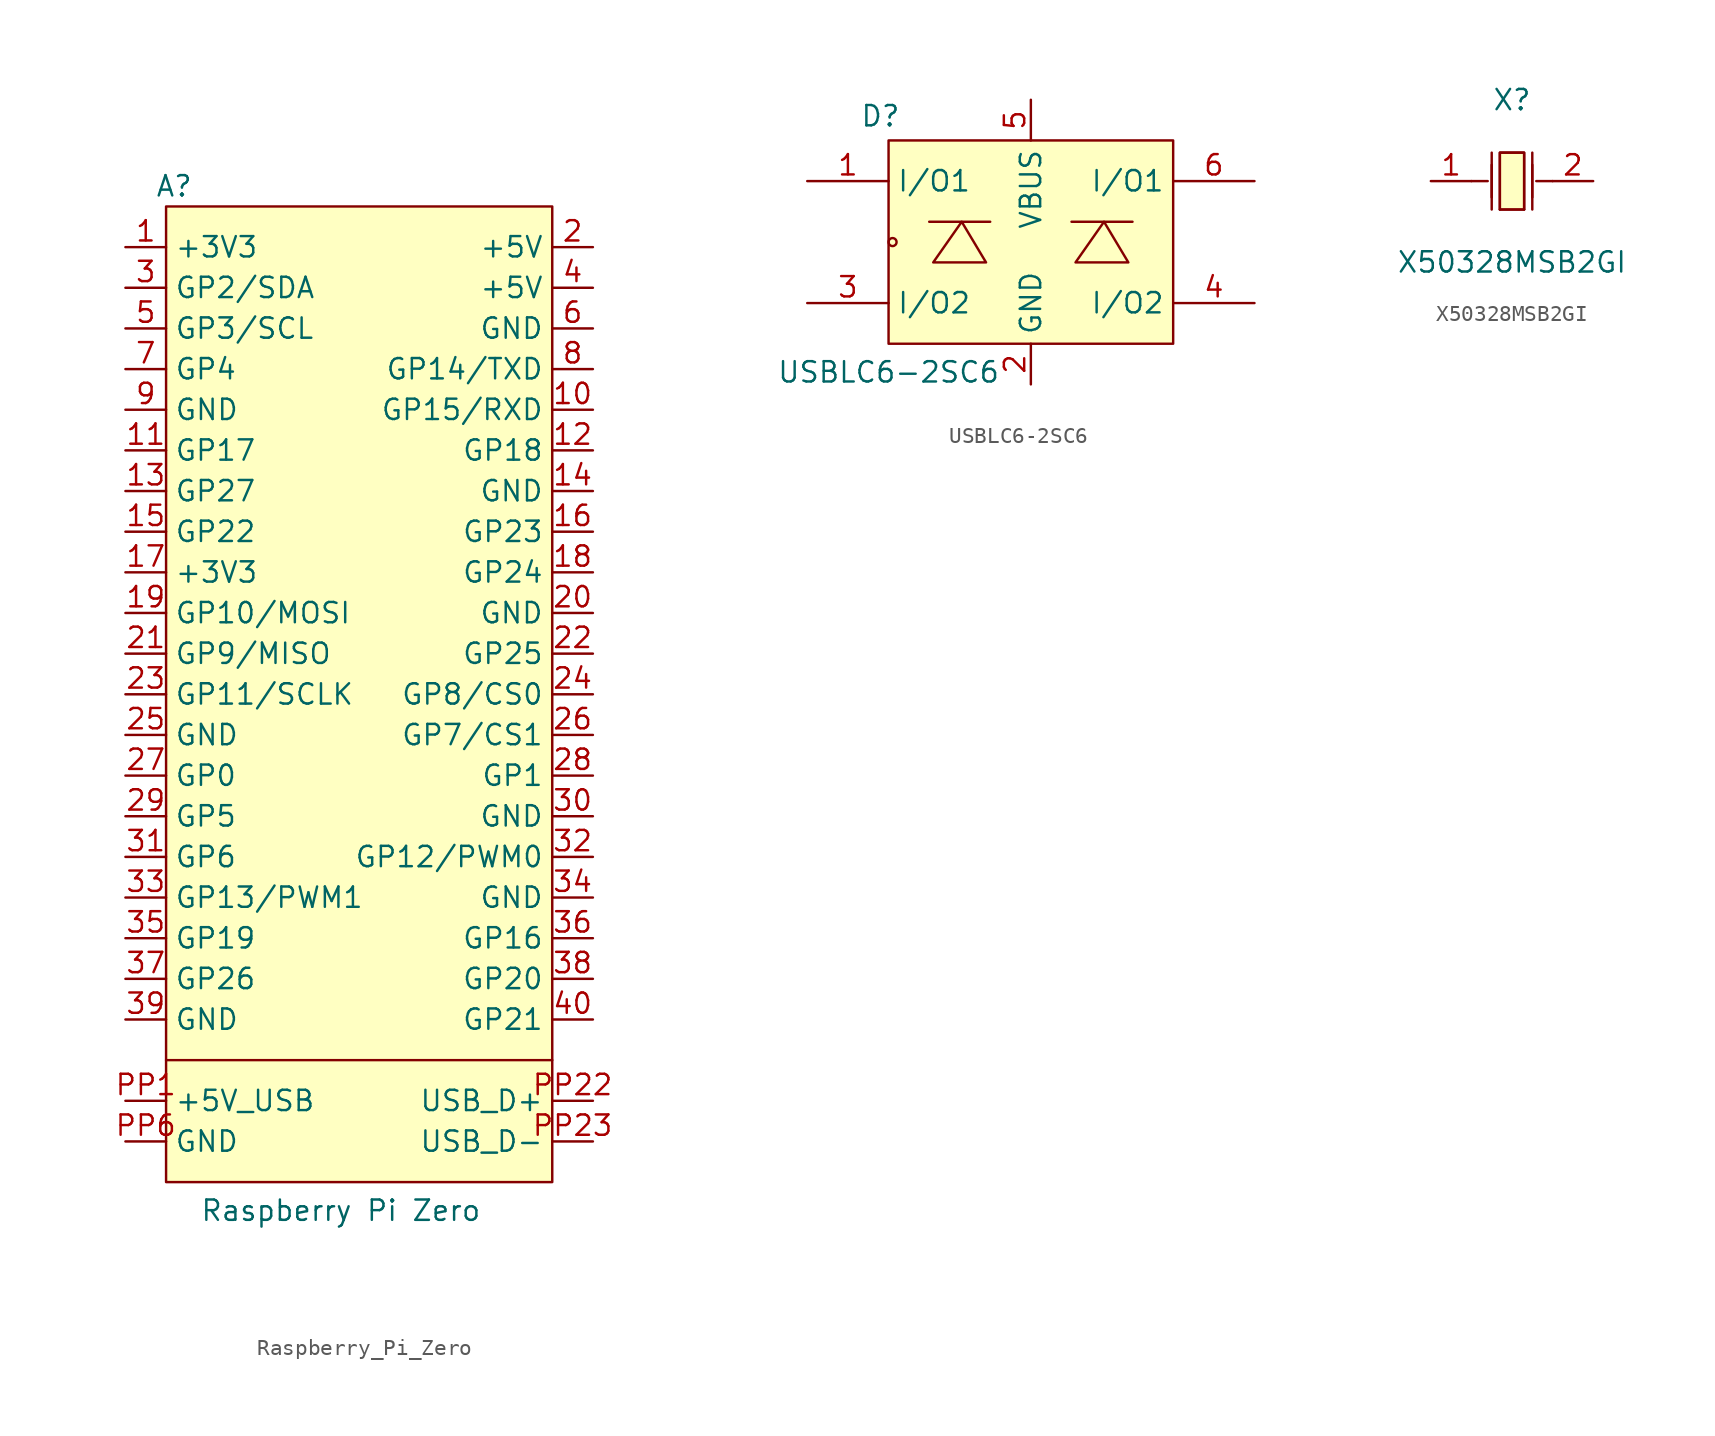
<source format=kicad_sym>
(kicad_symbol_lib
  (version 20241209)
  (generator "kicad_symbol_editor")
  (generator_version "9.0")
  (symbol "Raspberry_Pi_Zero"
    (property "Reference" "A"
      (at 3.048 3.81 0)
      (effects (font (size 1.27 1.27))))
    (property "Value" "Raspberry Pi Zero"
      (at 13.462 -60.198 0)
      (effects (font (size 1.27 1.27))))
    (symbol "Raspberry_Pi_Zero_1_1"
      (rectangle (start 2.54 2.54) (end 26.67 -58.42) (stroke (width 0) (type default)) (fill (type background)))
      (polyline (pts (xy 2.54 -50.8) (xy 26.67 -50.8)) (stroke (width 0) (type default)) (fill (type none)))
      (pin input line (at 0 0 0) (length 2.54) (name "+3V3" (effects (font (size 1.27 1.27)))) (number "1" (effects (font (size 1.27 1.27)))))
      (pin input line (at 0 -2.54 0) (length 2.54) (name "GP2/SDA" (effects (font (size 1.27 1.27)))) (number "3" (effects (font (size 1.27 1.27)))))
      (pin input line (at 0 -5.08 0) (length 2.54) (name "GP3/SCL" (effects (font (size 1.27 1.27)))) (number "5" (effects (font (size 1.27 1.27)))))
      (pin input line (at 0 -7.62 0) (length 2.54) (name "GP4" (effects (font (size 1.27 1.27)))) (number "7" (effects (font (size 1.27 1.27)))))
      (pin input line (at 0 -10.16 0) (length 2.54) (name "GND" (effects (font (size 1.27 1.27)))) (number "9" (effects (font (size 1.27 1.27)))))
      (pin input line (at 0 -12.7 0) (length 2.54) (name "GP17" (effects (font (size 1.27 1.27)))) (number "11" (effects (font (size 1.27 1.27)))))
      (pin input line (at 0 -15.24 0) (length 2.54) (name "GP27" (effects (font (size 1.27 1.27)))) (number "13" (effects (font (size 1.27 1.27)))))
      (pin input line (at 0 -17.78 0) (length 2.54) (name "GP22" (effects (font (size 1.27 1.27)))) (number "15" (effects (font (size 1.27 1.27)))))
      (pin input line (at 0 -20.32 0) (length 2.54) (name "+3V3" (effects (font (size 1.27 1.27)))) (number "17" (effects (font (size 1.27 1.27)))))
      (pin input line (at 0 -22.86 0) (length 2.54) (name "GP10/MOSI" (effects (font (size 1.27 1.27)))) (number "19" (effects (font (size 1.27 1.27)))))
      (pin input line (at 0 -25.4 0) (length 2.54) (name "GP9/MISO" (effects (font (size 1.27 1.27)))) (number "21" (effects (font (size 1.27 1.27)))))
      (pin input line (at 0 -27.94 0) (length 2.54) (name "GP11/SCLK" (effects (font (size 1.27 1.27)))) (number "23" (effects (font (size 1.27 1.27)))))
      (pin input line (at 0 -30.48 0) (length 2.54) (name "GND" (effects (font (size 1.27 1.27)))) (number "25" (effects (font (size 1.27 1.27)))))
      (pin input line (at 0 -33.02 0) (length 2.54) (name "GP0" (effects (font (size 1.27 1.27)))) (number "27" (effects (font (size 1.27 1.27)))))
      (pin input line (at 0 -35.56 0) (length 2.54) (name "GP5" (effects (font (size 1.27 1.27)))) (number "29" (effects (font (size 1.27 1.27)))))
      (pin input line (at 0 -38.1 0) (length 2.54) (name "GP6" (effects (font (size 1.27 1.27)))) (number "31" (effects (font (size 1.27 1.27)))))
      (pin input line (at 0 -40.64 0) (length 2.54) (name "GP13/PWM1" (effects (font (size 1.27 1.27)))) (number "33" (effects (font (size 1.27 1.27)))))
      (pin input line (at 0 -43.18 0) (length 2.54) (name "GP19" (effects (font (size 1.27 1.27)))) (number "35" (effects (font (size 1.27 1.27)))))
      (pin input line (at 0 -45.72 0) (length 2.54) (name "GP26" (effects (font (size 1.27 1.27)))) (number "37" (effects (font (size 1.27 1.27)))))
      (pin input line (at 0 -48.26 0) (length 2.54) (name "GND" (effects (font (size 1.27 1.27)))) (number "39" (effects (font (size 1.27 1.27)))))
      (pin input line (at 0 -53.34 0) (length 2.54) (name "+5V_USB" (effects (font (size 1.27 1.27)))) (number "PP1" (effects (font (size 1.27 1.27)))))
      (pin input line (at 0 -55.88 0) (length 2.54) (name "GND" (effects (font (size 1.27 1.27)))) (number "PP6" (effects (font (size 1.27 1.27)))))
      (pin input line (at 29.21 0 180) (length 2.54) (name "+5V" (effects (font (size 1.27 1.27)))) (number "2" (effects (font (size 1.27 1.27)))))
      (pin input line (at 29.21 -2.54 180) (length 2.54) (name "+5V" (effects (font (size 1.27 1.27)))) (number "4" (effects (font (size 1.27 1.27)))))
      (pin input line (at 29.21 -5.08 180) (length 2.54) (name "GND" (effects (font (size 1.27 1.27)))) (number "6" (effects (font (size 1.27 1.27)))))
      (pin input line (at 29.21 -7.62 180) (length 2.54) (name "GP14/TXD" (effects (font (size 1.27 1.27)))) (number "8" (effects (font (size 1.27 1.27)))))
      (pin input line (at 29.21 -10.16 180) (length 2.54) (name "GP15/RXD" (effects (font (size 1.27 1.27)))) (number "10" (effects (font (size 1.27 1.27)))))
      (pin input line (at 29.21 -12.7 180) (length 2.54) (name "GP18" (effects (font (size 1.27 1.27)))) (number "12" (effects (font (size 1.27 1.27)))))
      (pin input line (at 29.21 -15.24 180) (length 2.54) (name "GND" (effects (font (size 1.27 1.27)))) (number "14" (effects (font (size 1.27 1.27)))))
      (pin input line (at 29.21 -17.78 180) (length 2.54) (name "GP23" (effects (font (size 1.27 1.27)))) (number "16" (effects (font (size 1.27 1.27)))))
      (pin input line (at 29.21 -20.32 180) (length 2.54) (name "GP24" (effects (font (size 1.27 1.27)))) (number "18" (effects (font (size 1.27 1.27)))))
      (pin input line (at 29.21 -22.86 180) (length 2.54) (name "GND" (effects (font (size 1.27 1.27)))) (number "20" (effects (font (size 1.27 1.27)))))
      (pin input line (at 29.21 -25.4 180) (length 2.54) (name "GP25" (effects (font (size 1.27 1.27)))) (number "22" (effects (font (size 1.27 1.27)))))
      (pin input line (at 29.21 -27.94 180) (length 2.54) (name "GP8/CS0" (effects (font (size 1.27 1.27)))) (number "24" (effects (font (size 1.27 1.27)))))
      (pin input line (at 29.21 -30.48 180) (length 2.54) (name "GP7/CS1" (effects (font (size 1.27 1.27)))) (number "26" (effects (font (size 1.27 1.27)))))
      (pin input line (at 29.21 -33.02 180) (length 2.54) (name "GP1" (effects (font (size 1.27 1.27)))) (number "28" (effects (font (size 1.27 1.27)))))
      (pin input line (at 29.21 -35.56 180) (length 2.54) (name "GND" (effects (font (size 1.27 1.27)))) (number "30" (effects (font (size 1.27 1.27)))))
      (pin input line (at 29.21 -38.1 180) (length 2.54) (name "GP12/PWM0" (effects (font (size 1.27 1.27)))) (number "32" (effects (font (size 1.27 1.27)))))
      (pin input line (at 29.21 -40.64 180) (length 2.54) (name "GND" (effects (font (size 1.27 1.27)))) (number "34" (effects (font (size 1.27 1.27)))))
      (pin input line (at 29.21 -43.18 180) (length 2.54) (name "GP16" (effects (font (size 1.27 1.27)))) (number "36" (effects (font (size 1.27 1.27)))))
      (pin input line (at 29.21 -45.72 180) (length 2.54) (name "GP20" (effects (font (size 1.27 1.27)))) (number "38" (effects (font (size 1.27 1.27)))))
      (pin input line (at 29.21 -48.26 180) (length 2.54) (name "GP21" (effects (font (size 1.27 1.27)))) (number "40" (effects (font (size 1.27 1.27)))))
      (pin input line (at 29.21 -53.34 180) (length 2.54) (name "USB_D+" (effects (font (size 1.27 1.27)))) (number "PP22" (effects (font (size 1.27 1.27)))))
      (pin input line (at 29.21 -55.88 180) (length 2.54) (name "USB_D-" (effects (font (size 1.27 1.27)))) (number "PP23" (effects (font (size 1.27 1.27)))))))
  (symbol "USBLC6-2SC6"
    (property "Reference" "D"
      (at -9.398 7.874 0)
      (effects (font (size 1.27 1.27))))
    (property "Value" "USBLC6-2SC6"
      (at -8.89 -8.128 0)
      (effects (font (size 1.27 1.27))))
    (symbol "USBLC6-2SC6_0_1"
      (rectangle (start -8.89 6.35) (end 8.89 -6.35) (stroke (width 0) (type default)) (fill (type background)))
      (circle (center -8.64 0) (radius 0.25) (stroke (width 0) (type default)) (fill (type none)))
      (polyline (pts (xy -6.35 1.27) (xy -6.35 1.27) (xy -2.54 1.27) (xy -2.54 1.27)) (stroke (width 0) (type default)) (fill (type none)))
      (polyline (pts (xy -2.8 -1.27) (xy -4.32 1.27) (xy -6.1 -1.27) (xy -2.8 -1.27)) (stroke (width 0) (type default)) (fill (type background)))
      (polyline (pts (xy 2.54 1.27) (xy 2.54 1.27) (xy 6.35 1.27) (xy 6.35 1.27)) (stroke (width 0) (type default)) (fill (type none)))
      (polyline (pts (xy 6.09 -1.27) (xy 4.57 1.27) (xy 2.79 -1.27) (xy 6.09 -1.27)) (stroke (width 0) (type default)) (fill (type background))))
    (symbol "USBLC6-2SC6_1_1"
      (pin input line (at -13.97 3.81 0) (length 5.08) (name "I/O1" (effects (font (size 1.27 1.27)))) (number "1" (effects (font (size 1.27 1.27)))))
      (pin input line (at -13.97 -3.81 0) (length 5.08) (name "I/O2" (effects (font (size 1.27 1.27)))) (number "3" (effects (font (size 1.27 1.27)))))
      (pin input line (at 0 8.89 270) (length 2.54) (name "VBUS" (effects (font (size 1.27 1.27)))) (number "5" (effects (font (size 1.27 1.27)))))
      (pin input line (at 0 -8.89 90) (length 2.54) (name "GND" (effects (font (size 1.27 1.27)))) (number "2" (effects (font (size 1.27 1.27)))))
      (pin input line (at 13.97 3.81 180) (length 5.08) (name "I/O1" (effects (font (size 1.27 1.27)))) (number "6" (effects (font (size 1.27 1.27)))))
      (pin input line (at 13.97 -3.81 180) (length 5.08) (name "I/O2" (effects (font (size 1.27 1.27)))) (number "4" (effects (font (size 1.27 1.27)))))))
  (symbol "X50328MSB2GI"
    (property "Reference" "X"
      (at 0 5.08 0)
      (effects (font (size 1.27 1.27))))
    (property "Value" "X50328MSB2GI"
      (at 0 -5.08 0)
      (effects (font (size 1.27 1.27))))
    (symbol "X50328MSB2GI_0_1"
      (polyline (pts (xy -2.54 0) (xy -1.52 0)) (stroke (width 0) (type default)) (fill (type none)))
      (polyline (pts (xy -1.27 -1.02) (xy -1.27 1.02)) (stroke (width 0) (type default)) (fill (type none)))
      (polyline (pts (xy -1.27 -1.78) (xy -1.27 1.78)) (stroke (width 0) (type default)) (fill (type none)))
      (polyline (pts (xy -0.76 -1.78) (xy -0.76 1.78) (xy 0.76 1.78) (xy 0.76 -1.78)) (stroke (width 0) (type default)) (fill (type none)))
      (polyline (pts (xy 0.76 1.78) (xy 0.76 -1.78) (xy -0.76 -1.78) (xy -0.76 1.78) (xy 0.76 1.78)) (stroke (width 0) (type default)) (fill (type background)))
      (polyline (pts (xy 0.76 -1.78) (xy -0.76 -1.78)) (stroke (width 0) (type default)) (fill (type none)))
      (polyline (pts (xy 1.27 -1.02) (xy 1.27 1.02)) (stroke (width 0) (type default)) (fill (type none)))
      (polyline (pts (xy 1.27 -1.78) (xy 1.27 1.78)) (stroke (width 0) (type default)) (fill (type none)))
      (polyline (pts (xy 2.54 0) (xy 1.52 0)) (stroke (width 0) (type default)) (fill (type none))))
    (symbol "X50328MSB2GI_1_1"
      (pin input line (at -5.08 0 0) (length 2.54) (name "" (effects (font (size 1.27 1.27)))) (number "1" (effects (font (size 1.27 1.27)))))
      (pin input line (at 5.08 0 180) (length 2.54) (name "" (effects (font (size 1.27 1.27)))) (number "2" (effects (font (size 1.27 1.27))))))))
</source>
